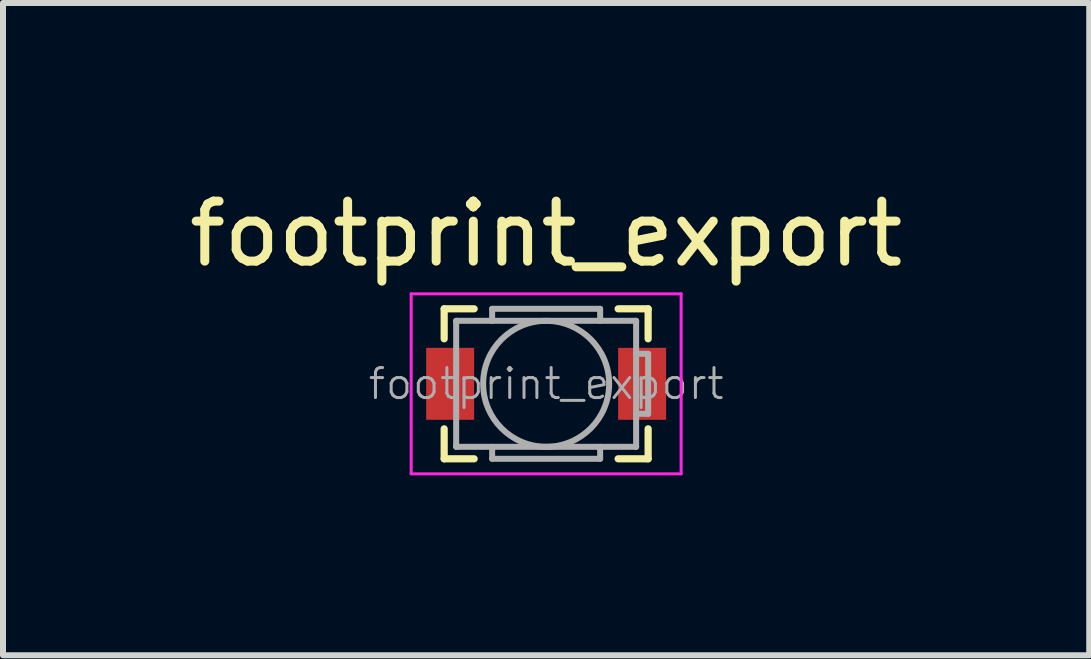
<source format=kicad_pcb>
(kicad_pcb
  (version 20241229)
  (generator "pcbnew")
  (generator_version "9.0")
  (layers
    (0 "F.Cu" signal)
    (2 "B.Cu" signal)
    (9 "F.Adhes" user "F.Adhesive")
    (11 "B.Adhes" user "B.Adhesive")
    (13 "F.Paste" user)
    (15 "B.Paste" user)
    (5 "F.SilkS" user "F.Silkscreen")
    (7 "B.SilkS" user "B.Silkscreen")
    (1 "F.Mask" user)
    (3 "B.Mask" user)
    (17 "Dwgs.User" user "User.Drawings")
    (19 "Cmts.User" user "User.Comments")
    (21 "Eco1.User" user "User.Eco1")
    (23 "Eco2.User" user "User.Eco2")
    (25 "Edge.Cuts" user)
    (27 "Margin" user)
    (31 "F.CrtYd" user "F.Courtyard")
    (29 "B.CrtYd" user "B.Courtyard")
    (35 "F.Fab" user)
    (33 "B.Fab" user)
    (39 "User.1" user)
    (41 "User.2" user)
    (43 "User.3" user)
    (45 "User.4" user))
  (footprint "footprint_export"
    (layer "F.Cu")
    (at 6.054 3.348)
    (property "Reference" "footprint_export" (at 0 -2.5 0) (layer "F.SilkS") (effects (font (size 1 1) (thickness 0.15))))
    (attr smd)
    (fp_line (start -1.7 -1.25) (end -1.7 -0.75) (stroke (width 0.12) (type solid)) (layer "F.SilkS"))
    (fp_line (start -1.7 -1.25) (end -1.2 -1.25) (stroke (width 0.12) (type solid)) (layer "F.SilkS"))
    (fp_line (start -1.7 1.25) (end -1.7 0.75) (stroke (width 0.12) (type solid)) (layer "F.SilkS"))
    (fp_line (start -1.7 1.25) (end -1.2 1.25) (stroke (width 0.12) (type solid)) (layer "F.SilkS"))
    (fp_line (start 1.7 -1.25) (end 1.2 -1.25) (stroke (width 0.12) (type solid)) (layer "F.SilkS"))
    (fp_line (start 1.7 -1.25) (end 1.7 -0.75) (stroke (width 0.12) (type solid)) (layer "F.SilkS"))
    (fp_line (start 1.7 1.25) (end 1.2 1.25) (stroke (width 0.12) (type solid)) (layer "F.SilkS"))
    (fp_line (start 1.7 1.25) (end 1.7 0.75) (stroke (width 0.12) (type solid)) (layer "F.SilkS"))
    (fp_line (start -2.25 -1.5) (end -2.25 1.5) (stroke (width 0.05) (type solid)) (layer "F.CrtYd"))
    (fp_line (start -2.25 1.5) (end 2.25 1.5) (stroke (width 0.05) (type solid)) (layer "F.CrtYd"))
    (fp_line (start 2.25 -1.5) (end -2.25 -1.5) (stroke (width 0.05) (type solid)) (layer "F.CrtYd"))
    (fp_line (start 2.25 1.5) (end 2.25 -1.5) (stroke (width 0.05) (type solid)) (layer "F.CrtYd"))
    (fp_line (start -1.5 -1.05) (end -1.49 -1.05) (stroke (width 0.1) (type solid)) (layer "F.Fab"))
    (fp_line (start -1.5 -1.04) (end -1.5 -1.05) (stroke (width 0.1) (type solid)) (layer "F.Fab"))
    (fp_line (start -1.5 1.04) (end -1.5 -1.04) (stroke (width 0.1) (type solid)) (layer "F.Fab"))
    (fp_line (start -1.5 1.05) (end -1.5 1.04) (stroke (width 0.1) (type solid)) (layer "F.Fab"))
    (fp_line (start -1.49 -1.05) (end 1.49 -1.05) (stroke (width 0.1) (type solid)) (layer "F.Fab"))
    (fp_line (start -1.49 1.05) (end -1.5 1.05) (stroke (width 0.1) (type solid)) (layer "F.Fab"))
    (fp_line (start -0.9 -1.25) (end 0.9 -1.25) (stroke (width 0.1) (type solid)) (layer "F.Fab"))
    (fp_line (start -0.9 -1.05) (end -0.9 -1.25) (stroke (width 0.1) (type solid)) (layer "F.Fab"))
    (fp_line (start -0.9 1.05) (end -0.9 1.25) (stroke (width 0.1) (type solid)) (layer "F.Fab"))
    (fp_line (start -0.9 1.25) (end 0.9 1.25) (stroke (width 0.1) (type solid)) (layer "F.Fab"))
    (fp_line (start 0.9 -1.25) (end 0.9 -1.05) (stroke (width 0.1) (type solid)) (layer "F.Fab"))
    (fp_line (start 0.9 1.25) (end 0.9 1.05) (stroke (width 0.1) (type solid)) (layer "F.Fab"))
    (fp_line (start 1.49 -1.05) (end 1.5 -1.05) (stroke (width 0.1) (type solid)) (layer "F.Fab"))
    (fp_line (start 1.49 1.05) (end -1.49 1.05) (stroke (width 0.1) (type solid)) (layer "F.Fab"))
    (fp_line (start 1.5 -1.05) (end 1.5 -1.04) (stroke (width 0.1) (type solid)) (layer "F.Fab"))
    (fp_line (start 1.5 -1.04) (end 1.5 1.04) (stroke (width 0.1) (type solid)) (layer "F.Fab"))
    (fp_line (start 1.5 -0.5) (end 1.7 -0.5) (stroke (width 0.1) (type solid)) (layer "F.Fab"))
    (fp_line (start 1.5 1.04) (end 1.5 1.05) (stroke (width 0.1) (type solid)) (layer "F.Fab"))
    (fp_line (start 1.5 1.05) (end 1.49 1.05) (stroke (width 0.1) (type solid)) (layer "F.Fab"))
    (fp_line (start 1.7 -0.5) (end 1.7 0.5) (stroke (width 0.1) (type solid)) (layer "F.Fab"))
    (fp_line (start 1.7 0.5) (end 1.5 0.5) (stroke (width 0.1) (type solid)) (layer "F.Fab"))
    (fp_circle (center 0 0) (end 1.05 0) (stroke (width 0.1) (type solid)) (fill no) (layer "F.Fab"))
    (fp_text user "${REFERENCE}" (at 0 0 0) (layer "F.Fab") (effects (font (size 0.5 0.5) (thickness 0.05))))
    (pad "1" smd rect (at -1.6 0) (size 0.8 1.2) (layers "F.Cu" "F.Mask" "F.Paste"))
    (pad "2" smd rect (at 1.6 0) (size 0.8 1.2) (layers "F.Cu" "F.Mask" "F.Paste")))
  (gr_rect
    (start -3 -3)
    (end 15.107 7.873)
    (stroke (width 0.1) (type default))
    (fill no)
    (layer "Edge.Cuts")))
</source>
